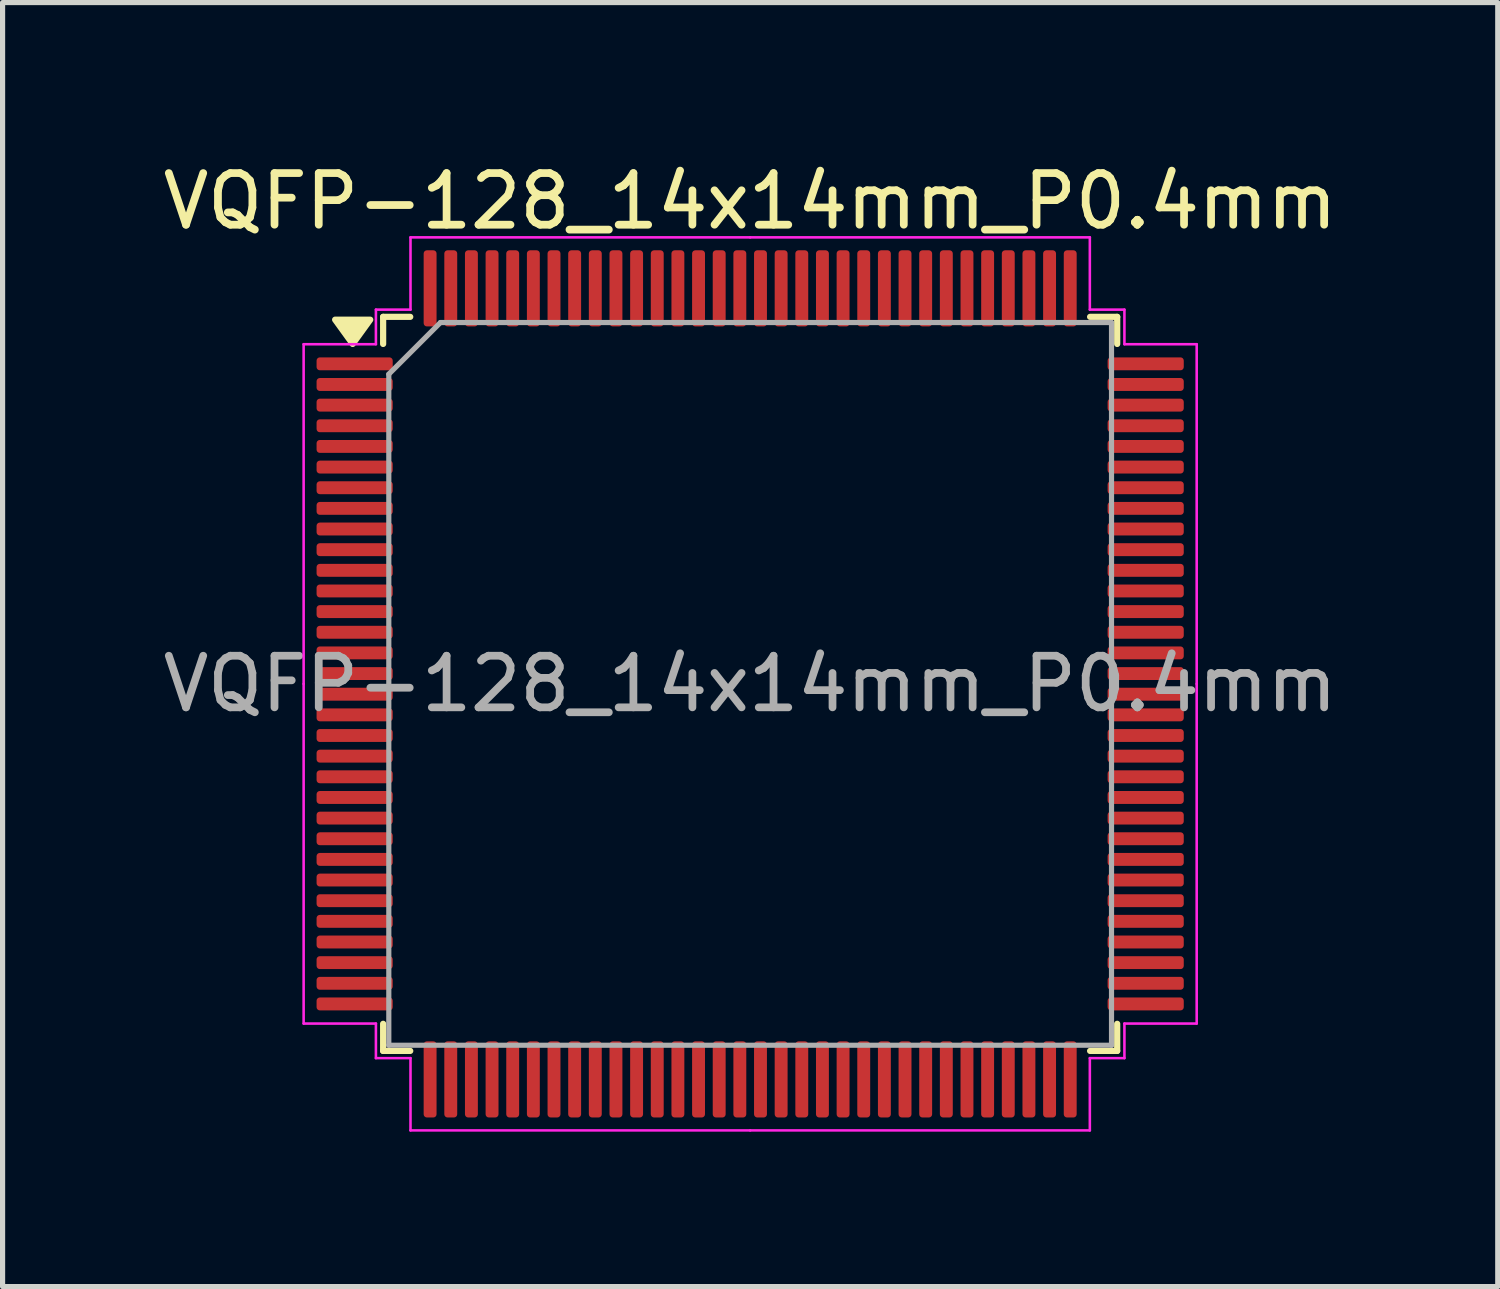
<source format=kicad_pcb>
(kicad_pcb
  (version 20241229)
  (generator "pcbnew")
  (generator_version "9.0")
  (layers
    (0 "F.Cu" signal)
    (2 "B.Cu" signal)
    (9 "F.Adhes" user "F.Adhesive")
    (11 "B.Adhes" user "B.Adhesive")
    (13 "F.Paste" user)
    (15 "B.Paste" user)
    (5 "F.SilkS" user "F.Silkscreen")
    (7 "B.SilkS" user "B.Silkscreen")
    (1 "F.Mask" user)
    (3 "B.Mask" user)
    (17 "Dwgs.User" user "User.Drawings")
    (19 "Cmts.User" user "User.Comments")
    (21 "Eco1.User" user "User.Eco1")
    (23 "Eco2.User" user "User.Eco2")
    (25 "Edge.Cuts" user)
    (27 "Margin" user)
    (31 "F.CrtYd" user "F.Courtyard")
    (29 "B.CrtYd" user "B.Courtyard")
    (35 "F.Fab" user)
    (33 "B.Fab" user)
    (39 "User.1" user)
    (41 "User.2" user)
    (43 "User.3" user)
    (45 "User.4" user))
  (footprint "VQFP-128_14x14mm_P0.4mm"
    (layer "F.Cu")
    (at 11.482 10.198)
    (property "Reference" "VQFP-128_14x14mm_P0.4mm" (at 0 -9.35 0) (layer "F.SilkS") (effects (font (size 1 1) (thickness 0.15))))
    (attr smd)
    (fp_line (start -7.11 -7.11) (end -7.11 -6.585) (stroke (width 0.12) (type solid)) (layer "F.SilkS"))
    (fp_line (start -7.11 7.11) (end -7.11 6.585) (stroke (width 0.12) (type solid)) (layer "F.SilkS"))
    (fp_line (start -6.585 -7.11) (end -7.11 -7.11) (stroke (width 0.12) (type solid)) (layer "F.SilkS"))
    (fp_line (start -6.585 7.11) (end -7.11 7.11) (stroke (width 0.12) (type solid)) (layer "F.SilkS"))
    (fp_line (start 6.585 -7.11) (end 7.11 -7.11) (stroke (width 0.12) (type solid)) (layer "F.SilkS"))
    (fp_line (start 6.585 7.11) (end 7.11 7.11) (stroke (width 0.12) (type solid)) (layer "F.SilkS"))
    (fp_line (start 7.11 -7.11) (end 7.11 -6.585) (stroke (width 0.12) (type solid)) (layer "F.SilkS"))
    (fp_line (start 7.11 7.11) (end 7.11 6.585) (stroke (width 0.12) (type solid)) (layer "F.SilkS"))
    (fp_poly (pts (xy -7.7 -6.585) (xy -8.04 -7.055) (xy -7.36 -7.055) (xy -7.7 -6.585)) (stroke (width 0.12) (type solid)) (fill yes) (layer "F.SilkS"))
    (fp_line (start -8.65 -6.58) (end -8.65 0) (stroke (width 0.05) (type solid)) (layer "F.CrtYd"))
    (fp_line (start -8.65 6.58) (end -8.65 0) (stroke (width 0.05) (type solid)) (layer "F.CrtYd"))
    (fp_line (start -7.25 -7.25) (end -7.25 -6.58) (stroke (width 0.05) (type solid)) (layer "F.CrtYd"))
    (fp_line (start -7.25 -6.58) (end -8.65 -6.58) (stroke (width 0.05) (type solid)) (layer "F.CrtYd"))
    (fp_line (start -7.25 6.58) (end -8.65 6.58) (stroke (width 0.05) (type solid)) (layer "F.CrtYd"))
    (fp_line (start -7.25 7.25) (end -7.25 6.58) (stroke (width 0.05) (type solid)) (layer "F.CrtYd"))
    (fp_line (start -6.58 -8.65) (end -6.58 -7.25) (stroke (width 0.05) (type solid)) (layer "F.CrtYd"))
    (fp_line (start -6.58 -7.25) (end -7.25 -7.25) (stroke (width 0.05) (type solid)) (layer "F.CrtYd"))
    (fp_line (start -6.58 7.25) (end -7.25 7.25) (stroke (width 0.05) (type solid)) (layer "F.CrtYd"))
    (fp_line (start -6.58 8.65) (end -6.58 7.25) (stroke (width 0.05) (type solid)) (layer "F.CrtYd"))
    (fp_line (start 0 -8.65) (end -6.58 -8.65) (stroke (width 0.05) (type solid)) (layer "F.CrtYd"))
    (fp_line (start 0 -8.65) (end 6.58 -8.65) (stroke (width 0.05) (type solid)) (layer "F.CrtYd"))
    (fp_line (start 0 8.65) (end -6.58 8.65) (stroke (width 0.05) (type solid)) (layer "F.CrtYd"))
    (fp_line (start 0 8.65) (end 6.58 8.65) (stroke (width 0.05) (type solid)) (layer "F.CrtYd"))
    (fp_line (start 6.58 -8.65) (end 6.58 -7.25) (stroke (width 0.05) (type solid)) (layer "F.CrtYd"))
    (fp_line (start 6.58 -7.25) (end 7.25 -7.25) (stroke (width 0.05) (type solid)) (layer "F.CrtYd"))
    (fp_line (start 6.58 7.25) (end 7.25 7.25) (stroke (width 0.05) (type solid)) (layer "F.CrtYd"))
    (fp_line (start 6.58 8.65) (end 6.58 7.25) (stroke (width 0.05) (type solid)) (layer "F.CrtYd"))
    (fp_line (start 7.25 -7.25) (end 7.25 -6.58) (stroke (width 0.05) (type solid)) (layer "F.CrtYd"))
    (fp_line (start 7.25 -6.58) (end 8.65 -6.58) (stroke (width 0.05) (type solid)) (layer "F.CrtYd"))
    (fp_line (start 7.25 6.58) (end 8.65 6.58) (stroke (width 0.05) (type solid)) (layer "F.CrtYd"))
    (fp_line (start 7.25 7.25) (end 7.25 6.58) (stroke (width 0.05) (type solid)) (layer "F.CrtYd"))
    (fp_line (start 8.65 -6.58) (end 8.65 0) (stroke (width 0.05) (type solid)) (layer "F.CrtYd"))
    (fp_line (start 8.65 6.58) (end 8.65 0) (stroke (width 0.05) (type solid)) (layer "F.CrtYd"))
    (fp_line (start -7 -6) (end -6 -7) (stroke (width 0.1) (type solid)) (layer "F.Fab"))
    (fp_line (start -7 7) (end -7 -6) (stroke (width 0.1) (type solid)) (layer "F.Fab"))
    (fp_line (start -6 -7) (end 7 -7) (stroke (width 0.1) (type solid)) (layer "F.Fab"))
    (fp_line (start 7 -7) (end 7 7) (stroke (width 0.1) (type solid)) (layer "F.Fab"))
    (fp_line (start 7 7) (end -7 7) (stroke (width 0.1) (type solid)) (layer "F.Fab"))
    (fp_text user "${REFERENCE}" (at 0 0 0) (layer "F.Fab") (effects (font (size 1 1) (thickness 0.15))))
    (pad "1" smd roundrect (at -7.662 -6.2) (size 1.475 0.25) (layers "F.Cu" "F.Mask" "F.Paste") (roundrect_rratio 0.25))
    (pad "2" smd roundrect (at -7.662 -5.8) (size 1.475 0.25) (layers "F.Cu" "F.Mask" "F.Paste") (roundrect_rratio 0.25))
    (pad "3" smd roundrect (at -7.662 -5.4) (size 1.475 0.25) (layers "F.Cu" "F.Mask" "F.Paste") (roundrect_rratio 0.25))
    (pad "4" smd roundrect (at -7.662 -5) (size 1.475 0.25) (layers "F.Cu" "F.Mask" "F.Paste") (roundrect_rratio 0.25))
    (pad "5" smd roundrect (at -7.662 -4.6) (size 1.475 0.25) (layers "F.Cu" "F.Mask" "F.Paste") (roundrect_rratio 0.25))
    (pad "6" smd roundrect (at -7.662 -4.2) (size 1.475 0.25) (layers "F.Cu" "F.Mask" "F.Paste") (roundrect_rratio 0.25))
    (pad "7" smd roundrect (at -7.662 -3.8) (size 1.475 0.25) (layers "F.Cu" "F.Mask" "F.Paste") (roundrect_rratio 0.25))
    (pad "8" smd roundrect (at -7.662 -3.4) (size 1.475 0.25) (layers "F.Cu" "F.Mask" "F.Paste") (roundrect_rratio 0.25))
    (pad "9" smd roundrect (at -7.662 -3) (size 1.475 0.25) (layers "F.Cu" "F.Mask" "F.Paste") (roundrect_rratio 0.25))
    (pad "10" smd roundrect (at -7.662 -2.6) (size 1.475 0.25) (layers "F.Cu" "F.Mask" "F.Paste") (roundrect_rratio 0.25))
    (pad "11" smd roundrect (at -7.662 -2.2) (size 1.475 0.25) (layers "F.Cu" "F.Mask" "F.Paste") (roundrect_rratio 0.25))
    (pad "12" smd roundrect (at -7.662 -1.8) (size 1.475 0.25) (layers "F.Cu" "F.Mask" "F.Paste") (roundrect_rratio 0.25))
    (pad "13" smd roundrect (at -7.662 -1.4) (size 1.475 0.25) (layers "F.Cu" "F.Mask" "F.Paste") (roundrect_rratio 0.25))
    (pad "14" smd roundrect (at -7.662 -1) (size 1.475 0.25) (layers "F.Cu" "F.Mask" "F.Paste") (roundrect_rratio 0.25))
    (pad "15" smd roundrect (at -7.662 -0.6) (size 1.475 0.25) (layers "F.Cu" "F.Mask" "F.Paste") (roundrect_rratio 0.25))
    (pad "16" smd roundrect (at -7.662 -0.2) (size 1.475 0.25) (layers "F.Cu" "F.Mask" "F.Paste") (roundrect_rratio 0.25))
    (pad "17" smd roundrect (at -7.662 0.2) (size 1.475 0.25) (layers "F.Cu" "F.Mask" "F.Paste") (roundrect_rratio 0.25))
    (pad "18" smd roundrect (at -7.662 0.6) (size 1.475 0.25) (layers "F.Cu" "F.Mask" "F.Paste") (roundrect_rratio 0.25))
    (pad "19" smd roundrect (at -7.662 1) (size 1.475 0.25) (layers "F.Cu" "F.Mask" "F.Paste") (roundrect_rratio 0.25))
    (pad "20" smd roundrect (at -7.662 1.4) (size 1.475 0.25) (layers "F.Cu" "F.Mask" "F.Paste") (roundrect_rratio 0.25))
    (pad "21" smd roundrect (at -7.662 1.8) (size 1.475 0.25) (layers "F.Cu" "F.Mask" "F.Paste") (roundrect_rratio 0.25))
    (pad "22" smd roundrect (at -7.662 2.2) (size 1.475 0.25) (layers "F.Cu" "F.Mask" "F.Paste") (roundrect_rratio 0.25))
    (pad "23" smd roundrect (at -7.662 2.6) (size 1.475 0.25) (layers "F.Cu" "F.Mask" "F.Paste") (roundrect_rratio 0.25))
    (pad "24" smd roundrect (at -7.662 3) (size 1.475 0.25) (layers "F.Cu" "F.Mask" "F.Paste") (roundrect_rratio 0.25))
    (pad "25" smd roundrect (at -7.662 3.4) (size 1.475 0.25) (layers "F.Cu" "F.Mask" "F.Paste") (roundrect_rratio 0.25))
    (pad "26" smd roundrect (at -7.662 3.8) (size 1.475 0.25) (layers "F.Cu" "F.Mask" "F.Paste") (roundrect_rratio 0.25))
    (pad "27" smd roundrect (at -7.662 4.2) (size 1.475 0.25) (layers "F.Cu" "F.Mask" "F.Paste") (roundrect_rratio 0.25))
    (pad "28" smd roundrect (at -7.662 4.6) (size 1.475 0.25) (layers "F.Cu" "F.Mask" "F.Paste") (roundrect_rratio 0.25))
    (pad "29" smd roundrect (at -7.662 5) (size 1.475 0.25) (layers "F.Cu" "F.Mask" "F.Paste") (roundrect_rratio 0.25))
    (pad "30" smd roundrect (at -7.662 5.4) (size 1.475 0.25) (layers "F.Cu" "F.Mask" "F.Paste") (roundrect_rratio 0.25))
    (pad "31" smd roundrect (at -7.662 5.8) (size 1.475 0.25) (layers "F.Cu" "F.Mask" "F.Paste") (roundrect_rratio 0.25))
    (pad "32" smd roundrect (at -7.662 6.2) (size 1.475 0.25) (layers "F.Cu" "F.Mask" "F.Paste") (roundrect_rratio 0.25))
    (pad "33" smd roundrect (at -6.2 7.662) (size 0.25 1.475) (layers "F.Cu" "F.Mask" "F.Paste") (roundrect_rratio 0.25))
    (pad "34" smd roundrect (at -5.8 7.662) (size 0.25 1.475) (layers "F.Cu" "F.Mask" "F.Paste") (roundrect_rratio 0.25))
    (pad "35" smd roundrect (at -5.4 7.662) (size 0.25 1.475) (layers "F.Cu" "F.Mask" "F.Paste") (roundrect_rratio 0.25))
    (pad "36" smd roundrect (at -5 7.662) (size 0.25 1.475) (layers "F.Cu" "F.Mask" "F.Paste") (roundrect_rratio 0.25))
    (pad "37" smd roundrect (at -4.6 7.662) (size 0.25 1.475) (layers "F.Cu" "F.Mask" "F.Paste") (roundrect_rratio 0.25))
    (pad "38" smd roundrect (at -4.2 7.662) (size 0.25 1.475) (layers "F.Cu" "F.Mask" "F.Paste") (roundrect_rratio 0.25))
    (pad "39" smd roundrect (at -3.8 7.662) (size 0.25 1.475) (layers "F.Cu" "F.Mask" "F.Paste") (roundrect_rratio 0.25))
    (pad "40" smd roundrect (at -3.4 7.662) (size 0.25 1.475) (layers "F.Cu" "F.Mask" "F.Paste") (roundrect_rratio 0.25))
    (pad "41" smd roundrect (at -3 7.662) (size 0.25 1.475) (layers "F.Cu" "F.Mask" "F.Paste") (roundrect_rratio 0.25))
    (pad "42" smd roundrect (at -2.6 7.662) (size 0.25 1.475) (layers "F.Cu" "F.Mask" "F.Paste") (roundrect_rratio 0.25))
    (pad "43" smd roundrect (at -2.2 7.662) (size 0.25 1.475) (layers "F.Cu" "F.Mask" "F.Paste") (roundrect_rratio 0.25))
    (pad "44" smd roundrect (at -1.8 7.662) (size 0.25 1.475) (layers "F.Cu" "F.Mask" "F.Paste") (roundrect_rratio 0.25))
    (pad "45" smd roundrect (at -1.4 7.662) (size 0.25 1.475) (layers "F.Cu" "F.Mask" "F.Paste") (roundrect_rratio 0.25))
    (pad "46" smd roundrect (at -1 7.662) (size 0.25 1.475) (layers "F.Cu" "F.Mask" "F.Paste") (roundrect_rratio 0.25))
    (pad "47" smd roundrect (at -0.6 7.662) (size 0.25 1.475) (layers "F.Cu" "F.Mask" "F.Paste") (roundrect_rratio 0.25))
    (pad "48" smd roundrect (at -0.2 7.662) (size 0.25 1.475) (layers "F.Cu" "F.Mask" "F.Paste") (roundrect_rratio 0.25))
    (pad "49" smd roundrect (at 0.2 7.662) (size 0.25 1.475) (layers "F.Cu" "F.Mask" "F.Paste") (roundrect_rratio 0.25))
    (pad "50" smd roundrect (at 0.6 7.662) (size 0.25 1.475) (layers "F.Cu" "F.Mask" "F.Paste") (roundrect_rratio 0.25))
    (pad "51" smd roundrect (at 1 7.662) (size 0.25 1.475) (layers "F.Cu" "F.Mask" "F.Paste") (roundrect_rratio 0.25))
    (pad "52" smd roundrect (at 1.4 7.662) (size 0.25 1.475) (layers "F.Cu" "F.Mask" "F.Paste") (roundrect_rratio 0.25))
    (pad "53" smd roundrect (at 1.8 7.662) (size 0.25 1.475) (layers "F.Cu" "F.Mask" "F.Paste") (roundrect_rratio 0.25))
    (pad "54" smd roundrect (at 2.2 7.662) (size 0.25 1.475) (layers "F.Cu" "F.Mask" "F.Paste") (roundrect_rratio 0.25))
    (pad "55" smd roundrect (at 2.6 7.662) (size 0.25 1.475) (layers "F.Cu" "F.Mask" "F.Paste") (roundrect_rratio 0.25))
    (pad "56" smd roundrect (at 3 7.662) (size 0.25 1.475) (layers "F.Cu" "F.Mask" "F.Paste") (roundrect_rratio 0.25))
    (pad "57" smd roundrect (at 3.4 7.662) (size 0.25 1.475) (layers "F.Cu" "F.Mask" "F.Paste") (roundrect_rratio 0.25))
    (pad "58" smd roundrect (at 3.8 7.662) (size 0.25 1.475) (layers "F.Cu" "F.Mask" "F.Paste") (roundrect_rratio 0.25))
    (pad "59" smd roundrect (at 4.2 7.662) (size 0.25 1.475) (layers "F.Cu" "F.Mask" "F.Paste") (roundrect_rratio 0.25))
    (pad "60" smd roundrect (at 4.6 7.662) (size 0.25 1.475) (layers "F.Cu" "F.Mask" "F.Paste") (roundrect_rratio 0.25))
    (pad "61" smd roundrect (at 5 7.662) (size 0.25 1.475) (layers "F.Cu" "F.Mask" "F.Paste") (roundrect_rratio 0.25))
    (pad "62" smd roundrect (at 5.4 7.662) (size 0.25 1.475) (layers "F.Cu" "F.Mask" "F.Paste") (roundrect_rratio 0.25))
    (pad "63" smd roundrect (at 5.8 7.662) (size 0.25 1.475) (layers "F.Cu" "F.Mask" "F.Paste") (roundrect_rratio 0.25))
    (pad "64" smd roundrect (at 6.2 7.662) (size 0.25 1.475) (layers "F.Cu" "F.Mask" "F.Paste") (roundrect_rratio 0.25))
    (pad "65" smd roundrect (at 7.662 6.2) (size 1.475 0.25) (layers "F.Cu" "F.Mask" "F.Paste") (roundrect_rratio 0.25))
    (pad "66" smd roundrect (at 7.662 5.8) (size 1.475 0.25) (layers "F.Cu" "F.Mask" "F.Paste") (roundrect_rratio 0.25))
    (pad "67" smd roundrect (at 7.662 5.4) (size 1.475 0.25) (layers "F.Cu" "F.Mask" "F.Paste") (roundrect_rratio 0.25))
    (pad "68" smd roundrect (at 7.662 5) (size 1.475 0.25) (layers "F.Cu" "F.Mask" "F.Paste") (roundrect_rratio 0.25))
    (pad "69" smd roundrect (at 7.662 4.6) (size 1.475 0.25) (layers "F.Cu" "F.Mask" "F.Paste") (roundrect_rratio 0.25))
    (pad "70" smd roundrect (at 7.662 4.2) (size 1.475 0.25) (layers "F.Cu" "F.Mask" "F.Paste") (roundrect_rratio 0.25))
    (pad "71" smd roundrect (at 7.662 3.8) (size 1.475 0.25) (layers "F.Cu" "F.Mask" "F.Paste") (roundrect_rratio 0.25))
    (pad "72" smd roundrect (at 7.662 3.4) (size 1.475 0.25) (layers "F.Cu" "F.Mask" "F.Paste") (roundrect_rratio 0.25))
    (pad "73" smd roundrect (at 7.662 3) (size 1.475 0.25) (layers "F.Cu" "F.Mask" "F.Paste") (roundrect_rratio 0.25))
    (pad "74" smd roundrect (at 7.662 2.6) (size 1.475 0.25) (layers "F.Cu" "F.Mask" "F.Paste") (roundrect_rratio 0.25))
    (pad "75" smd roundrect (at 7.662 2.2) (size 1.475 0.25) (layers "F.Cu" "F.Mask" "F.Paste") (roundrect_rratio 0.25))
    (pad "76" smd roundrect (at 7.662 1.8) (size 1.475 0.25) (layers "F.Cu" "F.Mask" "F.Paste") (roundrect_rratio 0.25))
    (pad "77" smd roundrect (at 7.662 1.4) (size 1.475 0.25) (layers "F.Cu" "F.Mask" "F.Paste") (roundrect_rratio 0.25))
    (pad "78" smd roundrect (at 7.662 1) (size 1.475 0.25) (layers "F.Cu" "F.Mask" "F.Paste") (roundrect_rratio 0.25))
    (pad "79" smd roundrect (at 7.662 0.6) (size 1.475 0.25) (layers "F.Cu" "F.Mask" "F.Paste") (roundrect_rratio 0.25))
    (pad "80" smd roundrect (at 7.662 0.2) (size 1.475 0.25) (layers "F.Cu" "F.Mask" "F.Paste") (roundrect_rratio 0.25))
    (pad "81" smd roundrect (at 7.662 -0.2) (size 1.475 0.25) (layers "F.Cu" "F.Mask" "F.Paste") (roundrect_rratio 0.25))
    (pad "82" smd roundrect (at 7.662 -0.6) (size 1.475 0.25) (layers "F.Cu" "F.Mask" "F.Paste") (roundrect_rratio 0.25))
    (pad "83" smd roundrect (at 7.662 -1) (size 1.475 0.25) (layers "F.Cu" "F.Mask" "F.Paste") (roundrect_rratio 0.25))
    (pad "84" smd roundrect (at 7.662 -1.4) (size 1.475 0.25) (layers "F.Cu" "F.Mask" "F.Paste") (roundrect_rratio 0.25))
    (pad "85" smd roundrect (at 7.662 -1.8) (size 1.475 0.25) (layers "F.Cu" "F.Mask" "F.Paste") (roundrect_rratio 0.25))
    (pad "86" smd roundrect (at 7.662 -2.2) (size 1.475 0.25) (layers "F.Cu" "F.Mask" "F.Paste") (roundrect_rratio 0.25))
    (pad "87" smd roundrect (at 7.662 -2.6) (size 1.475 0.25) (layers "F.Cu" "F.Mask" "F.Paste") (roundrect_rratio 0.25))
    (pad "88" smd roundrect (at 7.662 -3) (size 1.475 0.25) (layers "F.Cu" "F.Mask" "F.Paste") (roundrect_rratio 0.25))
    (pad "89" smd roundrect (at 7.662 -3.4) (size 1.475 0.25) (layers "F.Cu" "F.Mask" "F.Paste") (roundrect_rratio 0.25))
    (pad "90" smd roundrect (at 7.662 -3.8) (size 1.475 0.25) (layers "F.Cu" "F.Mask" "F.Paste") (roundrect_rratio 0.25))
    (pad "91" smd roundrect (at 7.662 -4.2) (size 1.475 0.25) (layers "F.Cu" "F.Mask" "F.Paste") (roundrect_rratio 0.25))
    (pad "92" smd roundrect (at 7.662 -4.6) (size 1.475 0.25) (layers "F.Cu" "F.Mask" "F.Paste") (roundrect_rratio 0.25))
    (pad "93" smd roundrect (at 7.662 -5) (size 1.475 0.25) (layers "F.Cu" "F.Mask" "F.Paste") (roundrect_rratio 0.25))
    (pad "94" smd roundrect (at 7.662 -5.4) (size 1.475 0.25) (layers "F.Cu" "F.Mask" "F.Paste") (roundrect_rratio 0.25))
    (pad "95" smd roundrect (at 7.662 -5.8) (size 1.475 0.25) (layers "F.Cu" "F.Mask" "F.Paste") (roundrect_rratio 0.25))
    (pad "96" smd roundrect (at 7.662 -6.2) (size 1.475 0.25) (layers "F.Cu" "F.Mask" "F.Paste") (roundrect_rratio 0.25))
    (pad "97" smd roundrect (at 6.2 -7.662) (size 0.25 1.475) (layers "F.Cu" "F.Mask" "F.Paste") (roundrect_rratio 0.25))
    (pad "98" smd roundrect (at 5.8 -7.662) (size 0.25 1.475) (layers "F.Cu" "F.Mask" "F.Paste") (roundrect_rratio 0.25))
    (pad "99" smd roundrect (at 5.4 -7.662) (size 0.25 1.475) (layers "F.Cu" "F.Mask" "F.Paste") (roundrect_rratio 0.25))
    (pad "100" smd roundrect (at 5 -7.662) (size 0.25 1.475) (layers "F.Cu" "F.Mask" "F.Paste") (roundrect_rratio 0.25))
    (pad "101" smd roundrect (at 4.6 -7.662) (size 0.25 1.475) (layers "F.Cu" "F.Mask" "F.Paste") (roundrect_rratio 0.25))
    (pad "102" smd roundrect (at 4.2 -7.662) (size 0.25 1.475) (layers "F.Cu" "F.Mask" "F.Paste") (roundrect_rratio 0.25))
    (pad "103" smd roundrect (at 3.8 -7.662) (size 0.25 1.475) (layers "F.Cu" "F.Mask" "F.Paste") (roundrect_rratio 0.25))
    (pad "104" smd roundrect (at 3.4 -7.662) (size 0.25 1.475) (layers "F.Cu" "F.Mask" "F.Paste") (roundrect_rratio 0.25))
    (pad "105" smd roundrect (at 3 -7.662) (size 0.25 1.475) (layers "F.Cu" "F.Mask" "F.Paste") (roundrect_rratio 0.25))
    (pad "106" smd roundrect (at 2.6 -7.662) (size 0.25 1.475) (layers "F.Cu" "F.Mask" "F.Paste") (roundrect_rratio 0.25))
    (pad "107" smd roundrect (at 2.2 -7.662) (size 0.25 1.475) (layers "F.Cu" "F.Mask" "F.Paste") (roundrect_rratio 0.25))
    (pad "108" smd roundrect (at 1.8 -7.662) (size 0.25 1.475) (layers "F.Cu" "F.Mask" "F.Paste") (roundrect_rratio 0.25))
    (pad "109" smd roundrect (at 1.4 -7.662) (size 0.25 1.475) (layers "F.Cu" "F.Mask" "F.Paste") (roundrect_rratio 0.25))
    (pad "110" smd roundrect (at 1 -7.662) (size 0.25 1.475) (layers "F.Cu" "F.Mask" "F.Paste") (roundrect_rratio 0.25))
    (pad "111" smd roundrect (at 0.6 -7.662) (size 0.25 1.475) (layers "F.Cu" "F.Mask" "F.Paste") (roundrect_rratio 0.25))
    (pad "112" smd roundrect (at 0.2 -7.662) (size 0.25 1.475) (layers "F.Cu" "F.Mask" "F.Paste") (roundrect_rratio 0.25))
    (pad "113" smd roundrect (at -0.2 -7.662) (size 0.25 1.475) (layers "F.Cu" "F.Mask" "F.Paste") (roundrect_rratio 0.25))
    (pad "114" smd roundrect (at -0.6 -7.662) (size 0.25 1.475) (layers "F.Cu" "F.Mask" "F.Paste") (roundrect_rratio 0.25))
    (pad "115" smd roundrect (at -1 -7.662) (size 0.25 1.475) (layers "F.Cu" "F.Mask" "F.Paste") (roundrect_rratio 0.25))
    (pad "116" smd roundrect (at -1.4 -7.662) (size 0.25 1.475) (layers "F.Cu" "F.Mask" "F.Paste") (roundrect_rratio 0.25))
    (pad "117" smd roundrect (at -1.8 -7.662) (size 0.25 1.475) (layers "F.Cu" "F.Mask" "F.Paste") (roundrect_rratio 0.25))
    (pad "118" smd roundrect (at -2.2 -7.662) (size 0.25 1.475) (layers "F.Cu" "F.Mask" "F.Paste") (roundrect_rratio 0.25))
    (pad "119" smd roundrect (at -2.6 -7.662) (size 0.25 1.475) (layers "F.Cu" "F.Mask" "F.Paste") (roundrect_rratio 0.25))
    (pad "120" smd roundrect (at -3 -7.662) (size 0.25 1.475) (layers "F.Cu" "F.Mask" "F.Paste") (roundrect_rratio 0.25))
    (pad "121" smd roundrect (at -3.4 -7.662) (size 0.25 1.475) (layers "F.Cu" "F.Mask" "F.Paste") (roundrect_rratio 0.25))
    (pad "122" smd roundrect (at -3.8 -7.662) (size 0.25 1.475) (layers "F.Cu" "F.Mask" "F.Paste") (roundrect_rratio 0.25))
    (pad "123" smd roundrect (at -4.2 -7.662) (size 0.25 1.475) (layers "F.Cu" "F.Mask" "F.Paste") (roundrect_rratio 0.25))
    (pad "124" smd roundrect (at -4.6 -7.662) (size 0.25 1.475) (layers "F.Cu" "F.Mask" "F.Paste") (roundrect_rratio 0.25))
    (pad "125" smd roundrect (at -5 -7.662) (size 0.25 1.475) (layers "F.Cu" "F.Mask" "F.Paste") (roundrect_rratio 0.25))
    (pad "126" smd roundrect (at -5.4 -7.662) (size 0.25 1.475) (layers "F.Cu" "F.Mask" "F.Paste") (roundrect_rratio 0.25))
    (pad "127" smd roundrect (at -5.8 -7.662) (size 0.25 1.475) (layers "F.Cu" "F.Mask" "F.Paste") (roundrect_rratio 0.25))
    (pad "128" smd roundrect (at -6.2 -7.662) (size 0.25 1.475) (layers "F.Cu" "F.Mask" "F.Paste") (roundrect_rratio 0.25)))
  (gr_rect
    (start -3 -3)
    (end 25.964 21.873)
    (stroke (width 0.1) (type default))
    (fill no)
    (layer "Edge.Cuts")))
</source>
